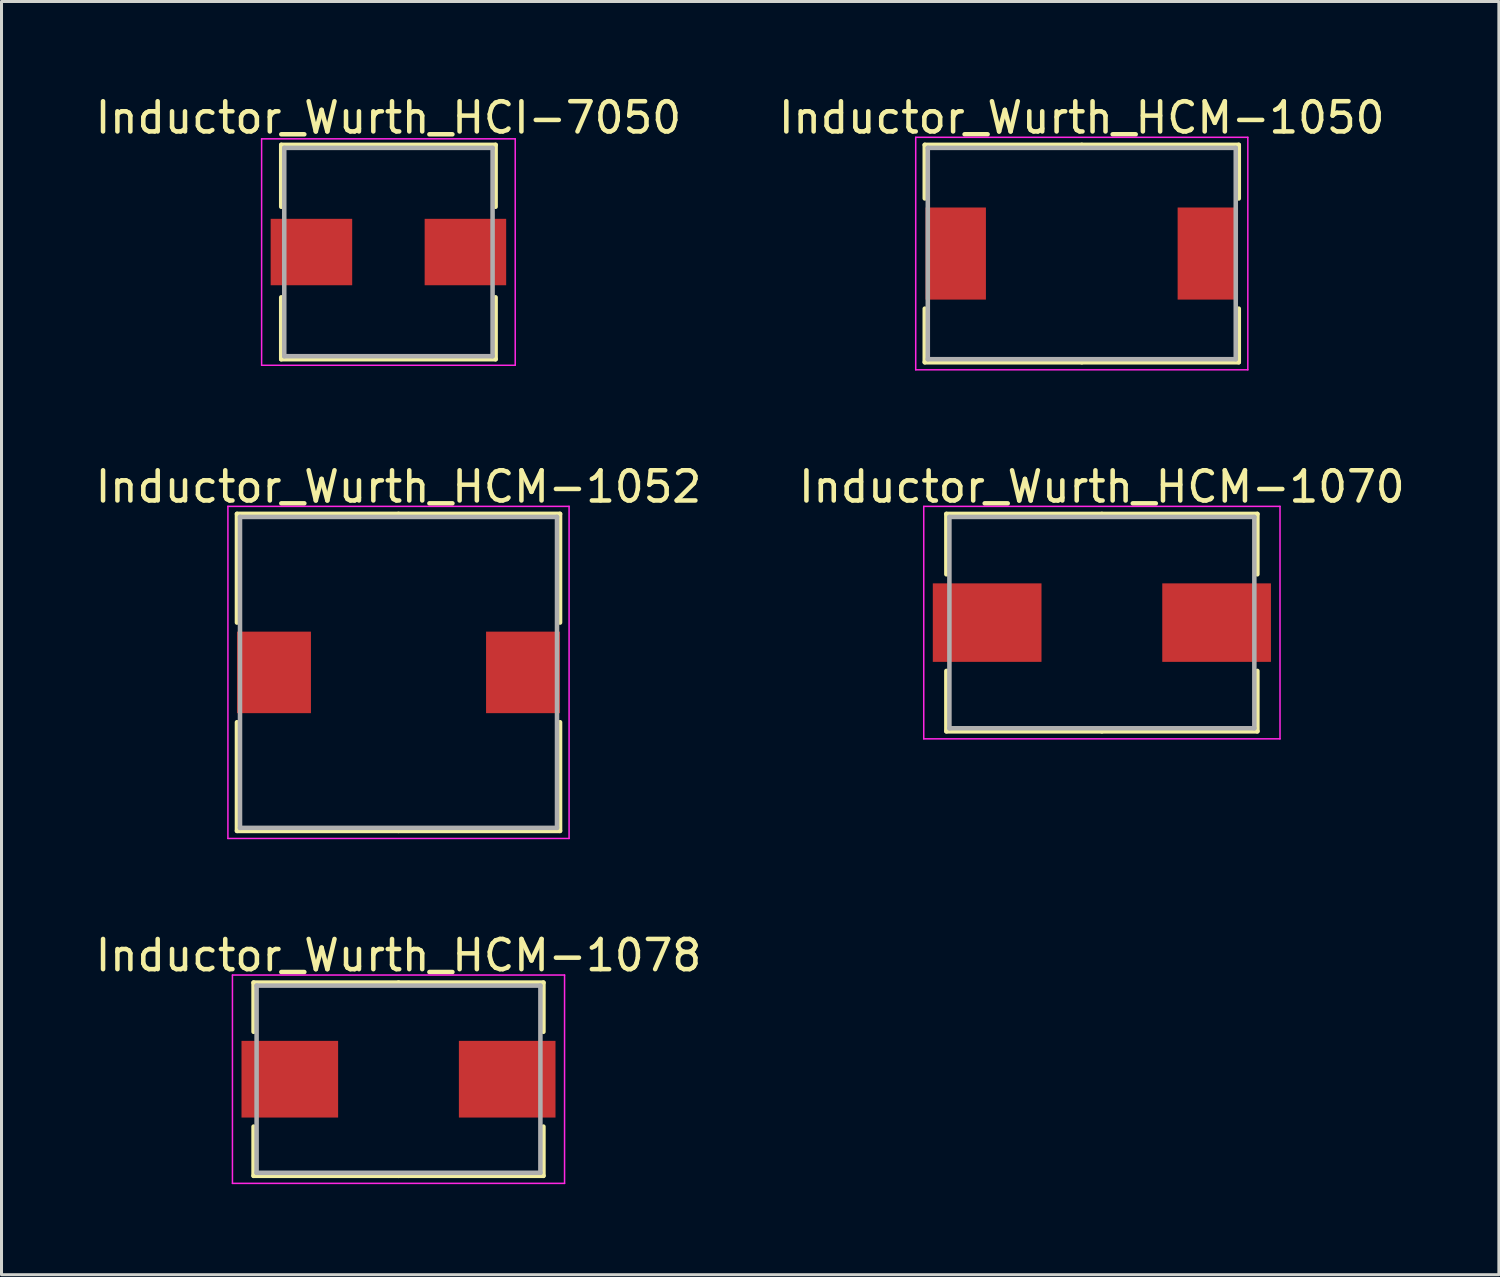
<source format=kicad_pcb>
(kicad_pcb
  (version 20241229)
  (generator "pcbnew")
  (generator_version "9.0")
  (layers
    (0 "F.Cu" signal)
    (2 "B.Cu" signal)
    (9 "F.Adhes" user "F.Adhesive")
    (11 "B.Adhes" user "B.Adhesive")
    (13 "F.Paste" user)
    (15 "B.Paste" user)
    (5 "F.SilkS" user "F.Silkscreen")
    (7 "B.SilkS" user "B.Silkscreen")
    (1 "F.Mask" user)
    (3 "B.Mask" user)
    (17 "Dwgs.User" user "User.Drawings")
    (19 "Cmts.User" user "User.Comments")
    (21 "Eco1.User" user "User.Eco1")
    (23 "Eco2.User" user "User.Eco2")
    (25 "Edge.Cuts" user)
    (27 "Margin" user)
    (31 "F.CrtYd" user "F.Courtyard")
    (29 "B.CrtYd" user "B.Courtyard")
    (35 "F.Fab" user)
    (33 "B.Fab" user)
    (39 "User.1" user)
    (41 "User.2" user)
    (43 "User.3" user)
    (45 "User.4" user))
  (footprint "Inductor_Wurth_HCM-1070"
    (layer "F.Cu")
    (at 33.446 17.572)
    (property "Reference" "Inductor_Wurth_HCM-1070" (at 0 -4.5 0) (layer "F.SilkS") (effects (font (size 1 1) (thickness 0.15))))
    (attr smd)
    (fp_line (start -5.15 -3.6) (end 0 -3.6) (stroke (width 0.15) (type solid)) (layer "F.SilkS"))
    (fp_line (start -5.15 -1.6) (end -5.15 -3.6) (stroke (width 0.15) (type solid)) (layer "F.SilkS"))
    (fp_line (start -5.15 1.6) (end -5.15 3.6) (stroke (width 0.15) (type solid)) (layer "F.SilkS"))
    (fp_line (start -5.15 3.6) (end 0 3.6) (stroke (width 0.15) (type solid)) (layer "F.SilkS"))
    (fp_line (start 5.15 -3.6) (end 0 -3.6) (stroke (width 0.15) (type solid)) (layer "F.SilkS"))
    (fp_line (start 5.15 -1.6) (end 5.15 -3.6) (stroke (width 0.15) (type solid)) (layer "F.SilkS"))
    (fp_line (start 5.15 1.6) (end 5.15 3.6) (stroke (width 0.15) (type solid)) (layer "F.SilkS"))
    (fp_line (start 5.15 3.6) (end 0 3.6) (stroke (width 0.15) (type solid)) (layer "F.SilkS"))
    (fp_line (start -5.9 -3.85) (end -5.9 3.85) (stroke (width 0.05) (type solid)) (layer "F.CrtYd"))
    (fp_line (start -5.9 3.85) (end 5.9 3.85) (stroke (width 0.05) (type solid)) (layer "F.CrtYd"))
    (fp_line (start 5.9 -3.85) (end -5.9 -3.85) (stroke (width 0.05) (type solid)) (layer "F.CrtYd"))
    (fp_line (start 5.9 3.85) (end 5.9 -3.85) (stroke (width 0.05) (type solid)) (layer "F.CrtYd"))
    (fp_line (start -5.05 -3.5) (end -5.05 3.5) (stroke (width 0.15) (type solid)) (layer "F.Fab"))
    (fp_line (start -5.05 3.5) (end 5.05 3.5) (stroke (width 0.15) (type solid)) (layer "F.Fab"))
    (fp_line (start 5.05 -3.5) (end -5.05 -3.5) (stroke (width 0.15) (type solid)) (layer "F.Fab"))
    (fp_line (start 5.05 3.5) (end 5.05 -3.5) (stroke (width 0.15) (type solid)) (layer "F.Fab"))
    (pad "1" smd rect (at -3.8 0) (size 3.6 2.6) (layers "F.Cu" "F.Mask" "F.Paste"))
    (pad "2" smd rect (at 3.8 0) (size 3.6 2.6) (layers "F.Cu" "F.Mask" "F.Paste")))
  (footprint "Inductor_Wurth_HCI-7050"
    (layer "F.Cu")
    (at 9.815 5.298)
    (property "Reference" "Inductor_Wurth_HCI-7050" (at 0 -4.45 0) (layer "F.SilkS") (effects (font (size 1 1) (thickness 0.15))))
    (attr smd)
    (fp_line (start -3.55 -3.55) (end 3.55 -3.55) (stroke (width 0.15) (type solid)) (layer "F.SilkS"))
    (fp_line (start -3.55 -1.5) (end -3.55 -3.55) (stroke (width 0.15) (type solid)) (layer "F.SilkS"))
    (fp_line (start -3.55 1.5) (end -3.55 3.55) (stroke (width 0.15) (type solid)) (layer "F.SilkS"))
    (fp_line (start -3.55 3.55) (end 3.55 3.55) (stroke (width 0.15) (type solid)) (layer "F.SilkS"))
    (fp_line (start 3.55 -3.55) (end 3.55 -1.5) (stroke (width 0.15) (type solid)) (layer "F.SilkS"))
    (fp_line (start 3.55 3.55) (end 3.55 1.5) (stroke (width 0.15) (type solid)) (layer "F.SilkS"))
    (fp_line (start -4.2 -3.75) (end -4.2 3.75) (stroke (width 0.05) (type solid)) (layer "F.CrtYd"))
    (fp_line (start -4.2 3.75) (end 4.2 3.75) (stroke (width 0.05) (type solid)) (layer "F.CrtYd"))
    (fp_line (start 4.2 -3.75) (end -4.2 -3.75) (stroke (width 0.05) (type solid)) (layer "F.CrtYd"))
    (fp_line (start 4.2 3.75) (end 4.2 -3.75) (stroke (width 0.05) (type solid)) (layer "F.CrtYd"))
    (fp_line (start -3.45 -3.45) (end -3.45 3.45) (stroke (width 0.15) (type solid)) (layer "F.Fab"))
    (fp_line (start -3.45 3.45) (end 3.45 3.45) (stroke (width 0.15) (type solid)) (layer "F.Fab"))
    (fp_line (start 3.45 -3.45) (end -3.45 -3.45) (stroke (width 0.15) (type solid)) (layer "F.Fab"))
    (fp_line (start 3.45 3.45) (end 3.45 -3.45) (stroke (width 0.15) (type solid)) (layer "F.Fab"))
    (pad "1" smd rect (at -2.55 0) (size 2.7 2.2) (layers "F.Cu" "F.Mask" "F.Paste"))
    (pad "2" smd rect (at 2.55 0) (size 2.7 2.2) (layers "F.Cu" "F.Mask" "F.Paste")))
  (footprint "Inductor_Wurth_HCM-1050"
    (layer "F.Cu")
    (at 32.78 5.348)
    (property "Reference" "Inductor_Wurth_HCM-1050" (at 0 -4.5 0) (layer "F.SilkS") (effects (font (size 1 1) (thickness 0.15))))
    (attr smd)
    (fp_line (start -5.2 -3.6) (end 0 -3.6) (stroke (width 0.15) (type solid)) (layer "F.SilkS"))
    (fp_line (start -5.2 -1.825) (end -5.2 -3.6) (stroke (width 0.15) (type solid)) (layer "F.SilkS"))
    (fp_line (start -5.2 1.825) (end -5.2 3.6) (stroke (width 0.15) (type solid)) (layer "F.SilkS"))
    (fp_line (start -5.2 3.6) (end 0 3.6) (stroke (width 0.15) (type solid)) (layer "F.SilkS"))
    (fp_line (start 5.2 -3.6) (end 0 -3.6) (stroke (width 0.15) (type solid)) (layer "F.SilkS"))
    (fp_line (start 5.2 -1.825) (end 5.2 -3.6) (stroke (width 0.15) (type solid)) (layer "F.SilkS"))
    (fp_line (start 5.2 1.825) (end 5.2 3.6) (stroke (width 0.15) (type solid)) (layer "F.SilkS"))
    (fp_line (start 5.2 3.6) (end 0 3.6) (stroke (width 0.15) (type solid)) (layer "F.SilkS"))
    (fp_line (start -5.5 -3.85) (end -5.5 3.85) (stroke (width 0.05) (type solid)) (layer "F.CrtYd"))
    (fp_line (start -5.5 3.85) (end 5.5 3.85) (stroke (width 0.05) (type solid)) (layer "F.CrtYd"))
    (fp_line (start 5.5 -3.85) (end -5.5 -3.85) (stroke (width 0.05) (type solid)) (layer "F.CrtYd"))
    (fp_line (start 5.5 3.85) (end 5.5 -3.85) (stroke (width 0.05) (type solid)) (layer "F.CrtYd"))
    (fp_line (start -5.1 -3.5) (end -5.1 3.5) (stroke (width 0.15) (type solid)) (layer "F.Fab"))
    (fp_line (start -5.1 3.5) (end 5.1 3.5) (stroke (width 0.15) (type solid)) (layer "F.Fab"))
    (fp_line (start 5.1 -3.5) (end -5.1 -3.5) (stroke (width 0.15) (type solid)) (layer "F.Fab"))
    (fp_line (start 5.1 3.5) (end 5.1 -3.5) (stroke (width 0.15) (type solid)) (layer "F.Fab"))
    (pad "1" smd rect (at -4.175 0) (size 2 3.05) (layers "F.Cu" "F.Mask" "F.Paste"))
    (pad "2" smd rect (at 4.175 0) (size 2 3.05) (layers "F.Cu" "F.Mask" "F.Paste")))
  (footprint "Inductor_Wurth_HCM-1052"
    (layer "F.Cu")
    (at 10.149 19.221)
    (property "Reference" "Inductor_Wurth_HCM-1052" (at 0 -6.15 0) (layer "F.SilkS") (effects (font (size 1 1) (thickness 0.15))))
    (attr smd)
    (fp_line (start -5.35 -5.25) (end 0 -5.25) (stroke (width 0.15) (type solid)) (layer "F.SilkS"))
    (fp_line (start -5.35 -1.65) (end -5.35 -5.25) (stroke (width 0.15) (type solid)) (layer "F.SilkS"))
    (fp_line (start -5.35 1.65) (end -5.35 5.25) (stroke (width 0.15) (type solid)) (layer "F.SilkS"))
    (fp_line (start -5.35 5.25) (end 0 5.25) (stroke (width 0.15) (type solid)) (layer "F.SilkS"))
    (fp_line (start 5.35 -5.25) (end 0 -5.25) (stroke (width 0.15) (type solid)) (layer "F.SilkS"))
    (fp_line (start 5.35 -1.65) (end 5.35 -5.25) (stroke (width 0.15) (type solid)) (layer "F.SilkS"))
    (fp_line (start 5.35 1.65) (end 5.35 5.25) (stroke (width 0.15) (type solid)) (layer "F.SilkS"))
    (fp_line (start 5.35 5.25) (end 0 5.25) (stroke (width 0.15) (type solid)) (layer "F.SilkS"))
    (fp_line (start -5.65 -5.5) (end -5.65 5.5) (stroke (width 0.05) (type solid)) (layer "F.CrtYd"))
    (fp_line (start -5.65 5.5) (end 5.65 5.5) (stroke (width 0.05) (type solid)) (layer "F.CrtYd"))
    (fp_line (start 5.65 -5.5) (end -5.65 -5.5) (stroke (width 0.05) (type solid)) (layer "F.CrtYd"))
    (fp_line (start 5.65 5.5) (end 5.65 -5.5) (stroke (width 0.05) (type solid)) (layer "F.CrtYd"))
    (fp_line (start -5.25 -5.15) (end -5.25 5.15) (stroke (width 0.15) (type solid)) (layer "F.Fab"))
    (fp_line (start -5.25 5.15) (end 5.25 5.15) (stroke (width 0.15) (type solid)) (layer "F.Fab"))
    (fp_line (start 5.25 -5.15) (end -5.25 -5.15) (stroke (width 0.15) (type solid)) (layer "F.Fab"))
    (fp_line (start 5.25 5.15) (end 5.25 -5.15) (stroke (width 0.15) (type solid)) (layer "F.Fab"))
    (pad "1" smd rect (at -4.125 0) (size 2.45 2.7) (layers "F.Cu" "F.Mask" "F.Paste"))
    (pad "2" smd rect (at 4.125 0) (size 2.45 2.7) (layers "F.Cu" "F.Mask" "F.Paste")))
  (footprint "Inductor_Wurth_HCM-1078"
    (layer "F.Cu")
    (at 10.149 32.695)
    (property "Reference" "Inductor_Wurth_HCM-1078" (at 0 -4.1 0) (layer "F.SilkS") (effects (font (size 1 1) (thickness 0.15))))
    (attr smd)
    (fp_line (start -4.8 -3.2) (end 0 -3.2) (stroke (width 0.15) (type solid)) (layer "F.SilkS"))
    (fp_line (start -4.8 -1.57) (end -4.8 -3.2) (stroke (width 0.15) (type solid)) (layer "F.SilkS"))
    (fp_line (start -4.8 1.57) (end -4.8 3.2) (stroke (width 0.15) (type solid)) (layer "F.SilkS"))
    (fp_line (start -4.8 3.2) (end 0 3.2) (stroke (width 0.15) (type solid)) (layer "F.SilkS"))
    (fp_line (start 4.8 -3.2) (end 0 -3.2) (stroke (width 0.15) (type solid)) (layer "F.SilkS"))
    (fp_line (start 4.8 -1.57) (end 4.8 -3.2) (stroke (width 0.15) (type solid)) (layer "F.SilkS"))
    (fp_line (start 4.8 1.57) (end 4.8 3.2) (stroke (width 0.15) (type solid)) (layer "F.SilkS"))
    (fp_line (start 4.8 3.2) (end 0 3.2) (stroke (width 0.15) (type solid)) (layer "F.SilkS"))
    (fp_line (start -5.5 -3.45) (end -5.5 3.45) (stroke (width 0.05) (type solid)) (layer "F.CrtYd"))
    (fp_line (start -5.5 3.45) (end 5.5 3.45) (stroke (width 0.05) (type solid)) (layer "F.CrtYd"))
    (fp_line (start 5.5 -3.45) (end -5.5 -3.45) (stroke (width 0.05) (type solid)) (layer "F.CrtYd"))
    (fp_line (start 5.5 3.45) (end 5.5 -3.45) (stroke (width 0.05) (type solid)) (layer "F.CrtYd"))
    (fp_line (start -4.7 -3.1) (end -4.7 3.1) (stroke (width 0.15) (type solid)) (layer "F.Fab"))
    (fp_line (start -4.7 3.1) (end 4.7 3.1) (stroke (width 0.15) (type solid)) (layer "F.Fab"))
    (fp_line (start 4.7 -3.1) (end -4.7 -3.1) (stroke (width 0.15) (type solid)) (layer "F.Fab"))
    (fp_line (start 4.7 3.1) (end 4.7 -3.1) (stroke (width 0.15) (type solid)) (layer "F.Fab"))
    (pad "1" smd rect (at -3.6 0) (size 3.2 2.54) (layers "F.Cu" "F.Mask" "F.Paste"))
    (pad "2" smd rect (at 3.6 0) (size 3.2 2.54) (layers "F.Cu" "F.Mask" "F.Paste")))
  (gr_rect
    (start -3 -3)
    (end 46.595 39.17)
    (stroke (width 0.1) (type default))
    (fill no)
    (layer "Edge.Cuts")))
</source>
